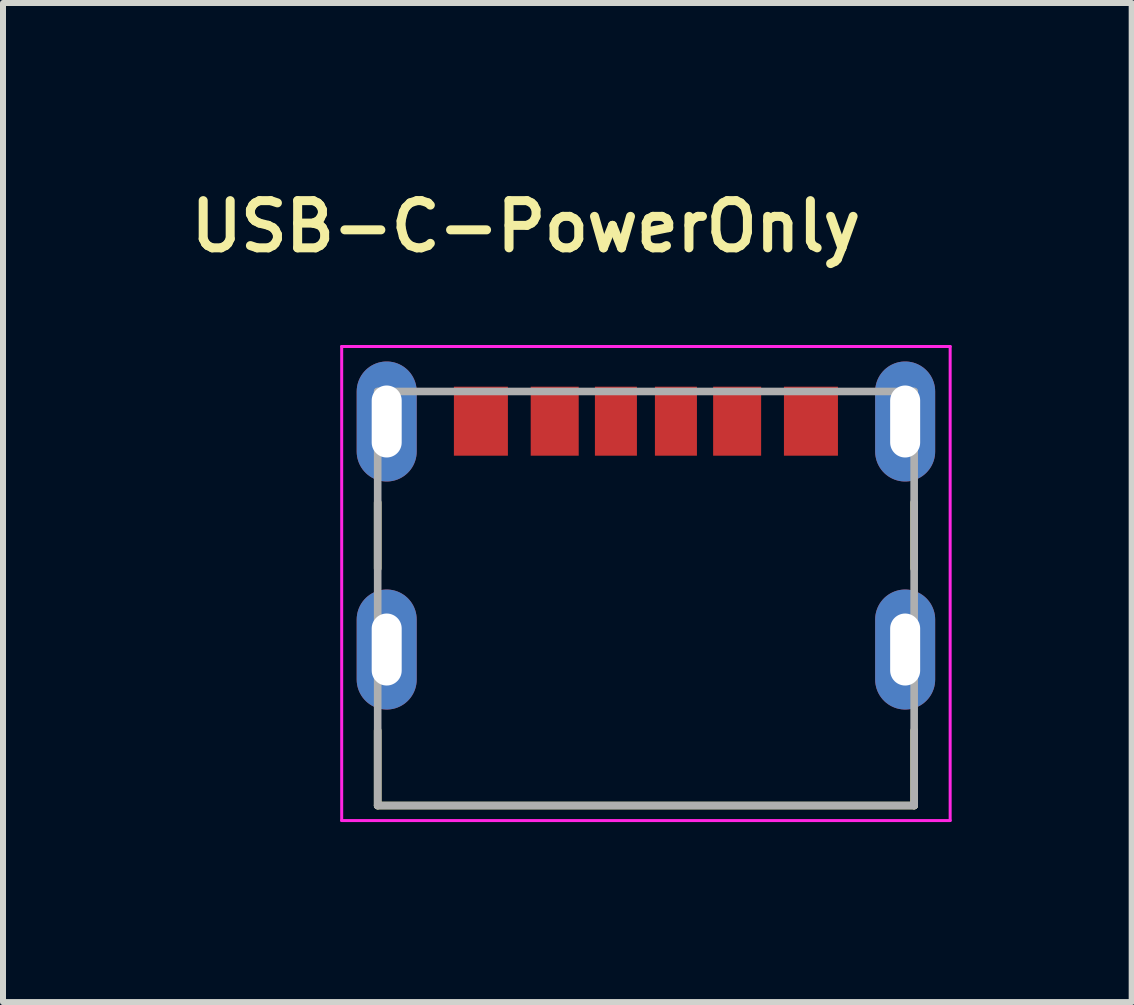
<source format=kicad_pcb>
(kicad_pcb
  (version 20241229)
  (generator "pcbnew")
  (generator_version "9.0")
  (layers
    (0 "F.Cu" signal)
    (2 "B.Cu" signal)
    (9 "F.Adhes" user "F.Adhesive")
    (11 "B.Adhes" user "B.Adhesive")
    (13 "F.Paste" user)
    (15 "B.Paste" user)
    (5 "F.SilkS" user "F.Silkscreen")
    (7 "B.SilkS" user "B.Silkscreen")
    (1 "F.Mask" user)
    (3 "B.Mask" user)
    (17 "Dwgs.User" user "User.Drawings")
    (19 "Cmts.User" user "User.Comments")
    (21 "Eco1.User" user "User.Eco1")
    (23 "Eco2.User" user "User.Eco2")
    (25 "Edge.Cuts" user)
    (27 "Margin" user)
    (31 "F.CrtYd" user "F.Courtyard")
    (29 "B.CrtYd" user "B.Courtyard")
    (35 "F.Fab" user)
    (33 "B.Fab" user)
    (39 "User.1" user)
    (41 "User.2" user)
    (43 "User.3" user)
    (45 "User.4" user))
  (footprint "USB-C-PowerOnly"
    (layer "F.Cu")
    (at 7.714 3.974)
    (property "Reference" "USB-C-PowerOnly" (at -2 -3.25 0) (layer "F.SilkS") (effects (font (size 0.787 0.787) (thickness 0.15))))
    (attr through_hole)
    (fp_line (start -4.47 2.45) (end -4.47 1.35) (stroke (width 0.127) (type solid)) (layer "F.SilkS"))
    (fp_line (start -4.47 6.4) (end -4.47 5.15) (stroke (width 0.127) (type solid)) (layer "F.SilkS"))
    (fp_line (start -4.47 6.4) (end 4.47 6.4) (stroke (width 0.127) (type solid)) (layer "F.SilkS"))
    (fp_line (start 4.47 2.45) (end 4.47 1.35) (stroke (width 0.127) (type solid)) (layer "F.SilkS"))
    (fp_line (start 4.47 6.4) (end 4.47 5.15) (stroke (width 0.127) (type solid)) (layer "F.SilkS"))
    (fp_line (start -5.07 -1.25) (end -5.07 6.65) (stroke (width 0.05) (type solid)) (layer "F.CrtYd"))
    (fp_line (start -5.07 6.65) (end 5.07 6.65) (stroke (width 0.05) (type solid)) (layer "F.CrtYd"))
    (fp_line (start 5.07 -1.25) (end -5.07 -1.25) (stroke (width 0.05) (type solid)) (layer "F.CrtYd"))
    (fp_line (start 5.07 6.65) (end 5.07 -1.25) (stroke (width 0.05) (type solid)) (layer "F.CrtYd"))
    (fp_line (start -4.47 -0.5) (end -4.47 6.4) (stroke (width 0.127) (type solid)) (layer "F.Fab"))
    (fp_line (start -4.47 6.4) (end 4.47 6.4) (stroke (width 0.127) (type solid)) (layer "F.Fab"))
    (fp_line (start 4.47 -0.5) (end -4.47 -0.5) (stroke (width 0.127) (type solid)) (layer "F.Fab"))
    (fp_line (start 4.47 6.4) (end 4.47 -0.5) (stroke (width 0.127) (type solid)) (layer "F.Fab"))
    (pad "A5" smd rect (at -0.5 -0.005) (size 0.7 1.15) (layers "F.Cu" "F.Mask" "F.Paste"))
    (pad "A9" smd rect (at 1.52 -0.005) (size 0.8 1.15) (layers "F.Cu" "F.Mask" "F.Paste"))
    (pad "A12" smd rect (at 2.75 -0.005) (size 0.9 1.15) (layers "F.Cu" "F.Mask" "F.Paste"))
    (pad "B5" smd rect (at 0.5 -0.005) (size 0.7 1.15) (layers "F.Cu" "F.Mask" "F.Paste"))
    (pad "B9" smd rect (at -1.52 -0.005) (size 0.8 1.15) (layers "F.Cu" "F.Mask" "F.Paste"))
    (pad "B12" smd rect (at -2.75 -0.005) (size 0.9 1.15) (layers "F.Cu" "F.Mask" "F.Paste"))
    (pad "S1" thru_hole oval (at -4.32 0) (size 1 2) (drill oval 0.5 1.2) (layers "*.Cu" "*.Mask"))
    (pad "S2" thru_hole oval (at 4.32 0) (size 1 2) (drill oval 0.5 1.2) (layers "*.Cu" "*.Mask"))
    (pad "S3" thru_hole oval (at -4.32 3.8) (size 1 2) (drill oval 0.5 1.2) (layers "*.Cu" "*.Mask"))
    (pad "S4" thru_hole oval (at 4.32 3.8) (size 1 2) (drill oval 0.5 1.2) (layers "*.Cu" "*.Mask")))
  (gr_rect
    (start -3 -3)
    (end 15.809 13.649)
    (stroke (width 0.1) (type default))
    (fill no)
    (layer "Edge.Cuts")))
</source>
